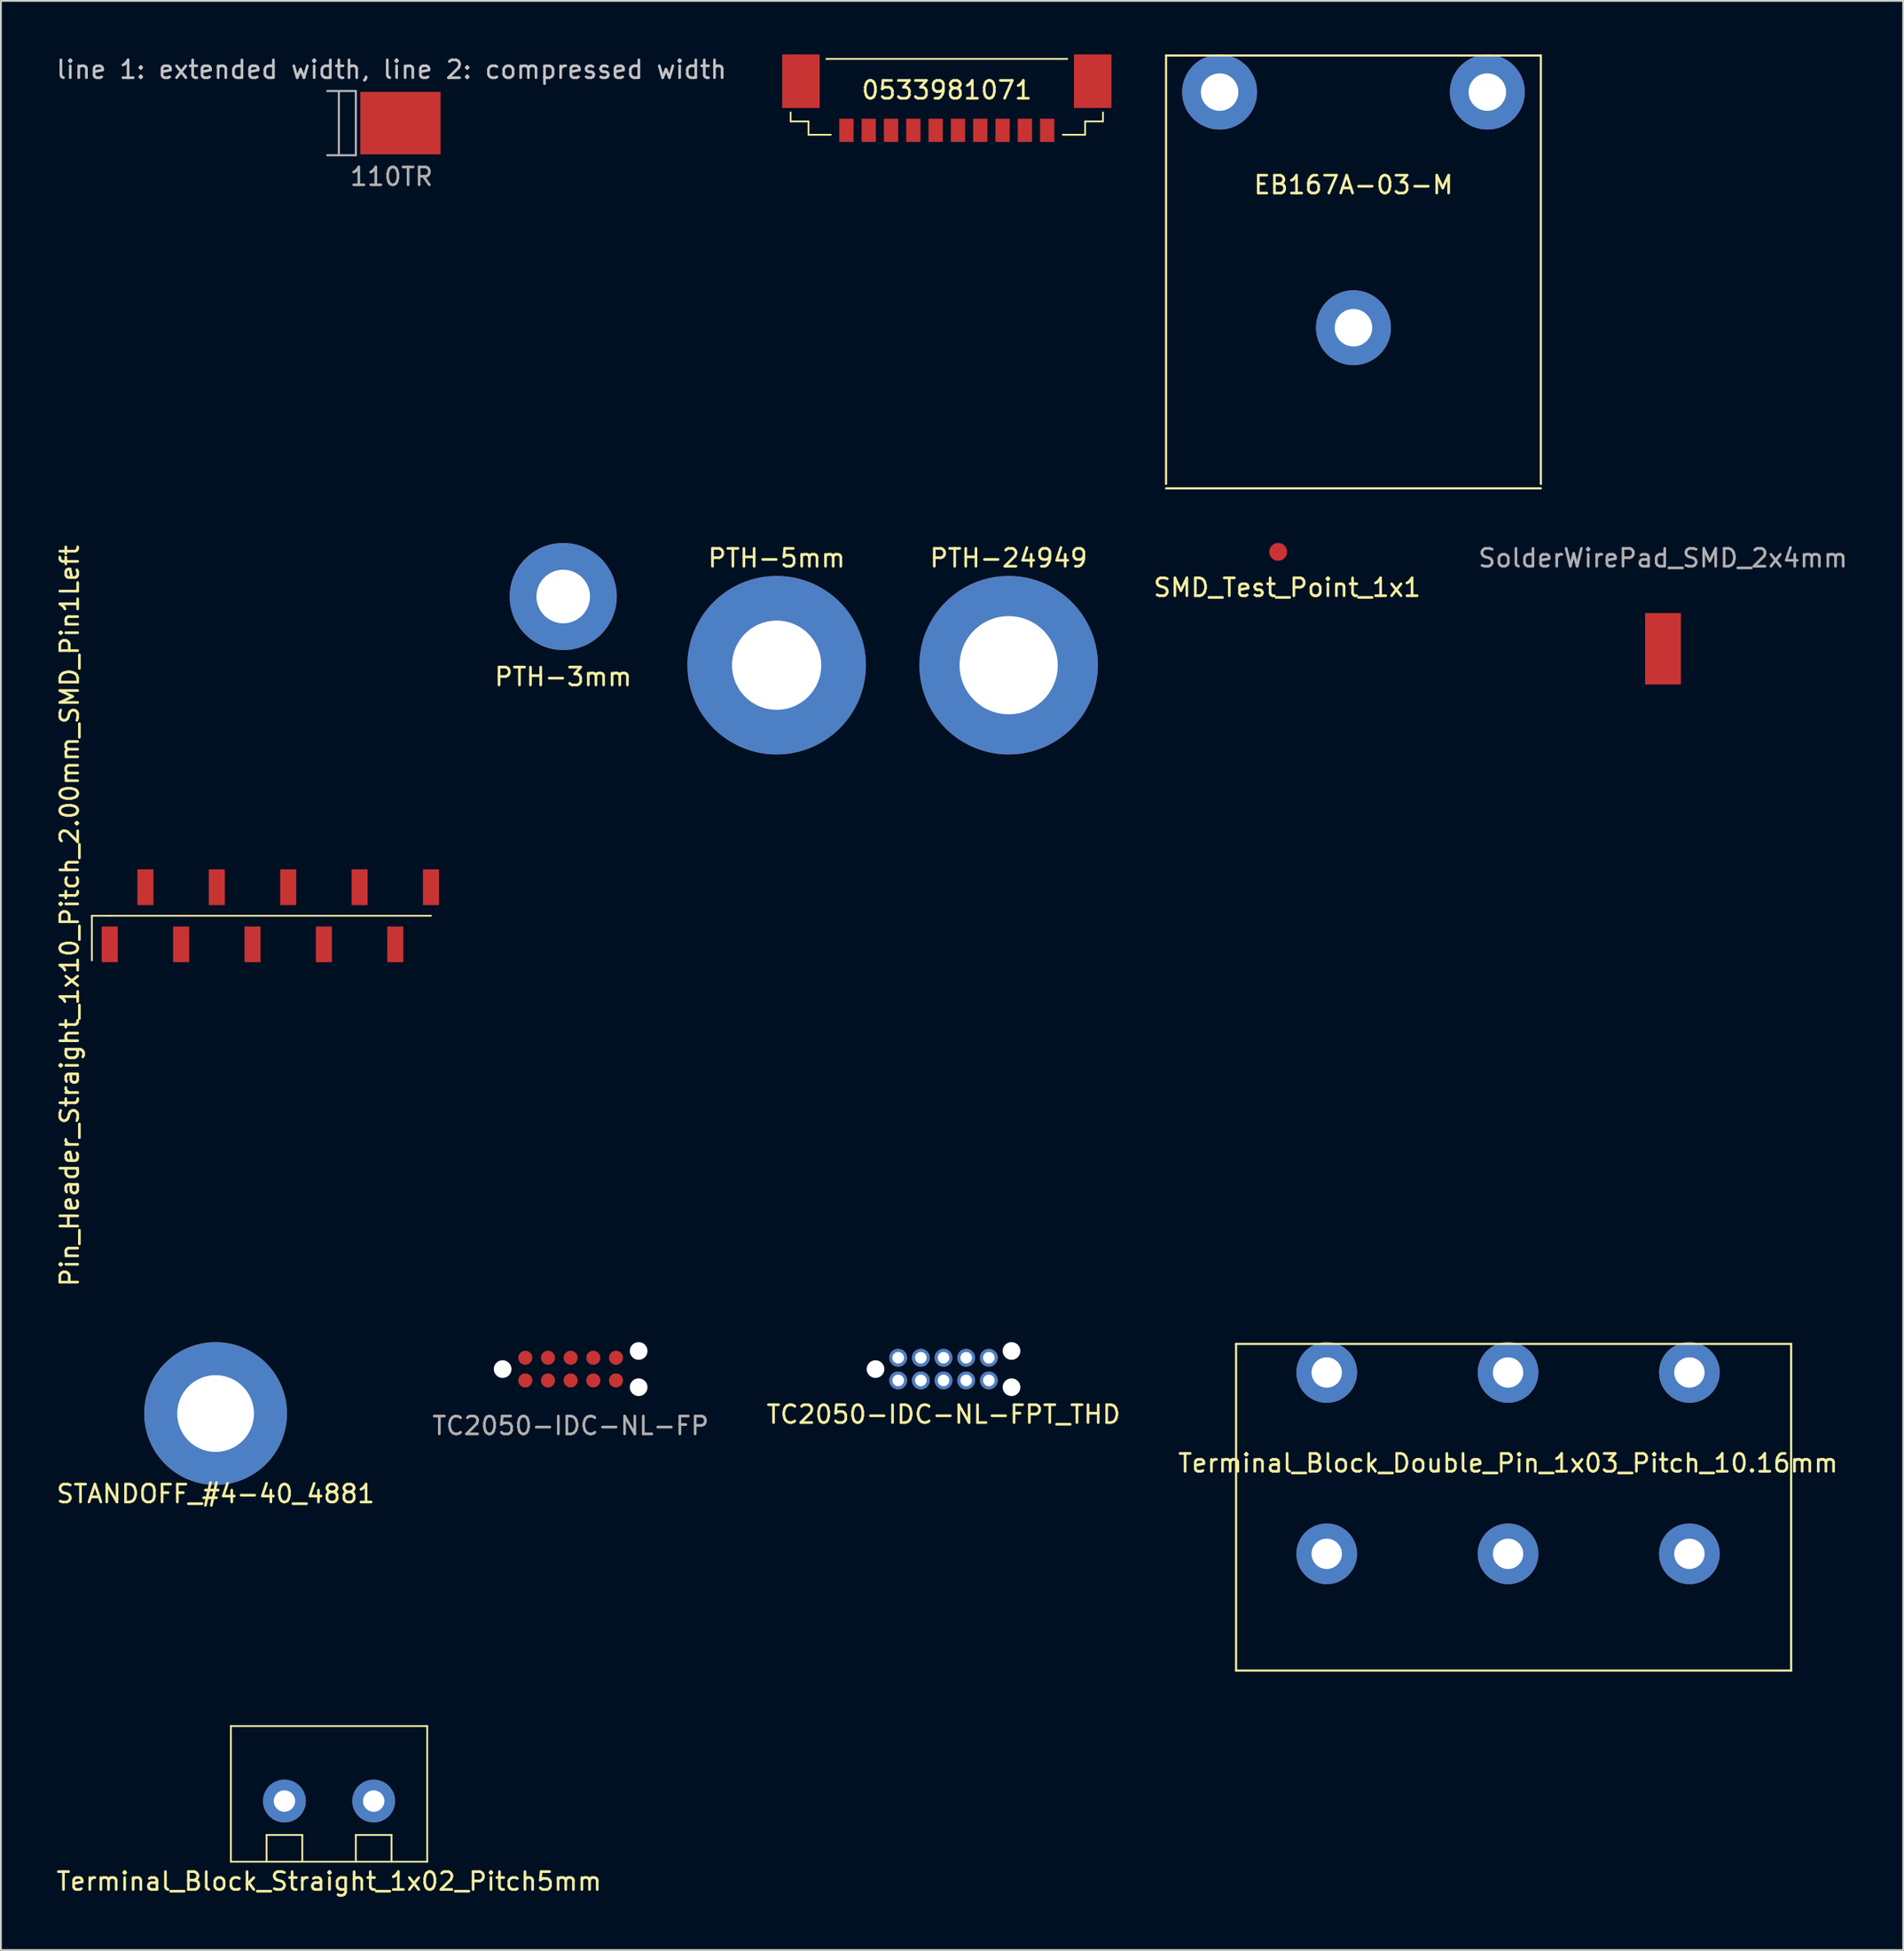
<source format=kicad_pcb>
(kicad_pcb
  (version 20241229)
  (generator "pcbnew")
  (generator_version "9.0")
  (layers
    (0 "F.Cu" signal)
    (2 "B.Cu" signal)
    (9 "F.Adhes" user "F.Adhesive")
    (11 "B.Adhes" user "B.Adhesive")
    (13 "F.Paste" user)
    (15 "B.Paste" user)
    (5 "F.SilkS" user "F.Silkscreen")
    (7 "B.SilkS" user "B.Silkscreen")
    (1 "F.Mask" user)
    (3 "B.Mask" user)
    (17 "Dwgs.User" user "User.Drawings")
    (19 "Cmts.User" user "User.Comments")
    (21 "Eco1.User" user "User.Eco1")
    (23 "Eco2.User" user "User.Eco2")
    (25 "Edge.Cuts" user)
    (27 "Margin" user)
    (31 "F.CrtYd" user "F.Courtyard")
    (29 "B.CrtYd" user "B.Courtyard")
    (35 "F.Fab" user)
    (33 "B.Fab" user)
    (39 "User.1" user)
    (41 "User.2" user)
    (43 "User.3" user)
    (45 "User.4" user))
  (footprint "110TR"
    (layer "F.Cu")
    (at 18.887 3.848)
    (property "Reference" "110TR" (at 0 3 0) (layer "F.Fab") (effects (font (size 1 1) (thickness 0.15))))
    (attr smd)
    (fp_line (start -3.6 1.8) (end -2 1.8) (stroke (width 0.12) (type solid)) (layer "F.Fab"))
    (fp_line (start -2.95 -1.8) (end -2.95 1.8) (stroke (width 0.12) (type solid)) (layer "F.Fab"))
    (fp_line (start -2 -1.8) (end -3.6 -1.8) (stroke (width 0.12) (type solid)) (layer "F.Fab"))
    (fp_line (start -2 1.8) (end -2 -1.8) (stroke (width 0.12) (type solid)) (layer "F.Fab"))
    (fp_text user "line 1: extended width, line 2: compressed width" (at 0 -3 0) (layer "Dwgs.User") (effects (font (size 1 1) (thickness 0.15))))
    (pad "1" smd rect (at 0.5 0) (size 4.5 3.5) (layers "F.Cu" "F.Mask" "F.Paste")))
  (footprint "Terminal_Block_Double_Pin_1x03_Pitch_10.16mm"
    (layer "F.Cu")
    (at 81.446 78.924)
    (property "Reference" "Terminal_Block_Double_Pin_1x03_Pitch_10.16mm" (at 0 0 0) (layer "F.SilkS") (effects (font (size 1 1) (thickness 0.15))))
    (attr through_hole)
    (fp_line (start -15.24 -6.68) (end -15.24 11.62) (stroke (width 0.12) (type solid)) (layer "F.SilkS"))
    (fp_line (start -15.24 -6.68) (end 15.86 -6.68) (stroke (width 0.12) (type solid)) (layer "F.SilkS"))
    (fp_line (start -15.24 11.62) (end 15.86 11.62) (stroke (width 0.12) (type solid)) (layer "F.SilkS"))
    (fp_line (start 15.86 11.62) (end 15.86 -6.68) (stroke (width 0.12) (type solid)) (layer "F.SilkS"))
    (pad "1" thru_hole circle (at -10.16 -5.08) (size 3.4 3.4) (drill 1.7) (layers "*.Cu" "*.Mask"))
    (pad "1" thru_hole circle (at -10.16 5.08) (size 3.4 3.4) (drill 1.7) (layers "*.Cu" "*.Mask"))
    (pad "2" thru_hole circle (at 0 -5.08) (size 3.4 3.4) (drill 1.7) (layers "*.Cu" "*.Mask"))
    (pad "2" thru_hole circle (at 0 5.08) (size 3.4 3.4) (drill 1.7) (layers "*.Cu" "*.Mask"))
    (pad "3" thru_hole circle (at 10.16 -5.08) (size 3.4 3.4) (drill 1.7) (layers "*.Cu" "*.Mask"))
    (pad "3" thru_hole circle (at 10.16 5.08) (size 3.4 3.4) (drill 1.7) (layers "*.Cu" "*.Mask")))
  (footprint "PTH-5mm"
    (layer "F.Cu")
    (at 40.465 34.218)
    (property "Reference" "PTH-5mm" (at 0 -6 0) (layer "F.SilkS") (effects (font (size 1 1) (thickness 0.15))))
    (attr through_hole)
    (pad "1" thru_hole circle (at 0 0) (size 10 10) (drill 5) (layers "*.Cu" "*.Mask")))
  (footprint "Terminal_Block_Straight_1x02_Pitch5mm"
    (layer "F.Cu")
    (at 12.887 97.854)
    (property "Reference" "Terminal_Block_Straight_1x02_Pitch5mm" (at 2.5 4.5 180) (layer "F.SilkS") (effects (font (size 1 1) (thickness 0.15))))
    (attr through_hole)
    (fp_line (start -3 -4.2) (end -3 3.4) (stroke (width 0.1) (type solid)) (layer "F.SilkS"))
    (fp_line (start -3 3.4) (end 8 3.4) (stroke (width 0.1) (type solid)) (layer "F.SilkS"))
    (fp_line (start -1 1.9) (end 1 1.9) (stroke (width 0.1) (type solid)) (layer "F.SilkS"))
    (fp_line (start -1 3.4) (end -1 1.9) (stroke (width 0.1) (type solid)) (layer "F.SilkS"))
    (fp_line (start 1 1.9) (end 1 3.4) (stroke (width 0.1) (type solid)) (layer "F.SilkS"))
    (fp_line (start 4 1.9) (end 6 1.9) (stroke (width 0.1) (type solid)) (layer "F.SilkS"))
    (fp_line (start 4 3.4) (end 4 1.9) (stroke (width 0.1) (type solid)) (layer "F.SilkS"))
    (fp_line (start 6 1.9) (end 6 3.4) (stroke (width 0.1) (type solid)) (layer "F.SilkS"))
    (fp_line (start 8 -4.2) (end -3 -4.2) (stroke (width 0.1) (type solid)) (layer "F.SilkS"))
    (fp_line (start 8 3.4) (end 8 -4.2) (stroke (width 0.1) (type solid)) (layer "F.SilkS"))
    (pad "1" thru_hole circle (at 0 0) (size 2.4 2.4) (drill 1.2) (layers "*.Cu" "*.Mask"))
    (pad "2" thru_hole circle (at 5 0 90) (size 2.4 2.4) (drill 1.2) (layers "*.Cu" "*.Mask")))
  (footprint "EB167A-03-M"
    (layer "F.Cu")
    (at 72.784 15.31)
    (property "Reference" "EB167A-03-M" (at 0 -8 0) (layer "F.SilkS") (effects (font (size 1 1) (thickness 0.15))))
    (attr through_hole)
    (fp_line (start -10.5 -15.25) (end -10.5 8.75) (stroke (width 0.12) (type solid)) (layer "F.SilkS"))
    (fp_line (start -10.5 -15.25) (end 10.5 -15.25) (stroke (width 0.12) (type solid)) (layer "F.SilkS"))
    (fp_line (start -10.5 9) (end 10.5 9) (stroke (width 0.12) (type solid)) (layer "F.SilkS"))
    (fp_line (start 10.5 8.75) (end 10.5 -15.25) (stroke (width 0.12) (type solid)) (layer "F.SilkS"))
    (pad "1" thru_hole circle (at -7.5 -13.2) (size 4.2 4.2) (drill 2.1) (layers "*.Cu" "*.Mask"))
    (pad "2" thru_hole circle (at 0 0) (size 4.2 4.2) (drill 2.1) (layers "*.Cu" "*.Mask"))
    (pad "3" thru_hole circle (at 7.5 -13.2) (size 4.2 4.2) (drill 2.1) (layers "*.Cu" "*.Mask")))
  (footprint "PTH-3mm"
    (layer "F.Cu")
    (at 28.507 30.37)
    (property "Reference" "PTH-3mm" (at 0 4.5 0) (layer "F.SilkS") (effects (font (size 1 1) (thickness 0.15))))
    (attr through_hole)
    (pad "1" thru_hole circle (at 0 0) (size 6 6) (drill 3) (layers "*.Cu" "*.Mask")))
  (footprint "SMD_Test_Point_1x1"
    (layer "F.Cu")
    (at 68.566 27.87)
    (property "Reference" "SMD_Test_Point_1x1" (at 0.5 2 0) (layer "F.SilkS") (effects (font (size 1 1) (thickness 0.15))))
    (attr through_hole)
    (pad "1" smd circle (at 0 0) (size 1 1) (layers "F.Cu" "F.Mask" "F.Paste")))
  (footprint "SolderWirePad_SMD_2x4mm"
    (layer "F.Cu")
    (at 90.126 33.298)
    (property "Reference" "SolderWirePad_SMD_2x4mm" (at 0 -5.08 0) (layer "F.Fab") (effects (font (size 1 1) (thickness 0.15))))
    (attr through_hole)
    (pad "1" smd rect (at 0 0) (size 2 4) (layers "F.Cu" "F.Mask" "F.Paste")))
  (footprint "TC2050-IDC-NL-FP"
    (layer "F.Cu")
    (at 28.923 73.654)
    (property "Reference" "TC2050-IDC-NL-FP" (at 0 3.175 0) (layer "F.Fab") (effects (font (size 1 1) (thickness 0.15))))
    (attr exclude_from_pos_files exclude_from_bom)
    (pad "" np_thru_hole circle (at -3.81 0) (size 0.991 0.991) (drill 0.991) (layers "*.Cu" "*.Mask"))
    (pad "" np_thru_hole circle (at 3.81 -1.015) (size 0.991 0.991) (drill 0.991) (layers "*.Cu" "*.Mask"))
    (pad "" np_thru_hole circle (at 3.81 1.015) (size 0.991 0.991) (drill 0.991) (layers "*.Cu" "*.Mask"))
    (pad "1" smd circle (at -2.54 0.635) (size 0.787 0.787) (layers "F.Cu" "F.Mask"))
    (pad "2" smd circle (at -2.54 -0.635) (size 0.787 0.787) (layers "F.Cu" "F.Mask"))
    (pad "3" smd circle (at -1.27 0.635) (size 0.787 0.787) (layers "F.Cu" "F.Mask"))
    (pad "4" smd circle (at -1.27 -0.635) (size 0.787 0.787) (layers "F.Cu" "F.Mask"))
    (pad "5" smd circle (at 0 0.635) (size 0.787 0.787) (layers "F.Cu" "F.Mask"))
    (pad "6" smd circle (at 0 -0.635) (size 0.787 0.787) (layers "F.Cu" "F.Mask"))
    (pad "7" smd circle (at 1.27 0.635) (size 0.787 0.787) (layers "F.Cu" "F.Mask"))
    (pad "8" smd circle (at 1.27 -0.635) (size 0.787 0.787) (layers "F.Cu" "F.Mask"))
    (pad "9" smd circle (at 2.54 0.635) (size 0.787 0.787) (layers "F.Cu" "F.Mask"))
    (pad "10" smd circle (at 2.54 -0.635) (size 0.787 0.787) (layers "F.Cu" "F.Mask")))
  (footprint "0533981071"
    (layer "F.Cu")
    (at 49.999 3)
    (property "Reference" "0533981071" (at 0 -1 0) (layer "F.SilkS") (effects (font (size 1 1) (thickness 0.15))))
    (attr smd)
    (fp_line (start -8.75 0.75) (end -8.75 0.25) (stroke (width 0.1) (type solid)) (layer "F.SilkS"))
    (fp_line (start -8.75 0.75) (end -7.75 0.75) (stroke (width 0.1) (type solid)) (layer "F.SilkS"))
    (fp_line (start -7.75 0.75) (end -7.75 1.5) (stroke (width 0.1) (type solid)) (layer "F.SilkS"))
    (fp_line (start -7.75 1.5) (end -6.5 1.5) (stroke (width 0.1) (type solid)) (layer "F.SilkS"))
    (fp_line (start -6.75 -2.75) (end 6.75 -2.75) (stroke (width 0.1) (type solid)) (layer "F.SilkS"))
    (fp_line (start 7.75 0.75) (end 8.75 0.75) (stroke (width 0.1) (type solid)) (layer "F.SilkS"))
    (fp_line (start 7.75 1.5) (end 6.5 1.5) (stroke (width 0.1) (type solid)) (layer "F.SilkS"))
    (fp_line (start 7.75 1.5) (end 7.75 0.75) (stroke (width 0.1) (type solid)) (layer "F.SilkS"))
    (fp_line (start 8.75 0.25) (end 8.75 0.75) (stroke (width 0.1) (type solid)) (layer "F.SilkS"))
    (pad "1" smd rect (at 5.625 1.25) (size 0.8 1.3) (layers "F.Cu" "F.Mask" "F.Paste"))
    (pad "2" smd rect (at 4.375 1.25) (size 0.8 1.3) (layers "F.Cu" "F.Mask" "F.Paste"))
    (pad "3" smd rect (at 3.125 1.25) (size 0.8 1.3) (layers "F.Cu" "F.Mask" "F.Paste"))
    (pad "4" smd rect (at 1.875 1.25) (size 0.8 1.3) (layers "F.Cu" "F.Mask" "F.Paste"))
    (pad "5" smd rect (at 0.625 1.25) (size 0.8 1.3) (layers "F.Cu" "F.Mask" "F.Paste"))
    (pad "6" smd rect (at -0.625 1.25) (size 0.8 1.3) (layers "F.Cu" "F.Mask" "F.Paste"))
    (pad "7" smd rect (at -1.875 1.25) (size 0.8 1.3) (layers "F.Cu" "F.Mask" "F.Paste"))
    (pad "8" smd rect (at -3.125 1.25) (size 0.8 1.3) (layers "F.Cu" "F.Mask" "F.Paste"))
    (pad "9" smd rect (at -4.375 1.25) (size 0.8 1.3) (layers "F.Cu" "F.Mask" "F.Paste"))
    (pad "10" smd rect (at -5.625 1.25) (size 0.8 1.3) (layers "F.Cu" "F.Mask" "F.Paste"))
    (pad "11" smd rect (at -8.175 -1.5) (size 2.1 3) (layers "F.Cu" "F.Mask" "F.Paste"))
    (pad "11" smd rect (at 8.175 -1.5) (size 2.1 3) (layers "F.Cu" "F.Mask" "F.Paste")))
  (footprint "TC2050-IDC-NL-FPT_THD"
    (layer "F.Cu")
    (at 49.815 73.654)
    (property "Reference" "TC2050-IDC-NL-FPT_THD" (at 0 2.54 0) (layer "F.SilkS") (effects (font (size 1 1) (thickness 0.15))))
    (attr exclude_from_pos_files exclude_from_bom)
    (pad "" np_thru_hole circle (at -3.81 0) (size 0.991 0.991) (drill 0.991) (layers "*.Cu" "*.Mask"))
    (pad "" np_thru_hole circle (at 3.81 -1.015) (size 0.991 0.991) (drill 0.991) (layers "*.Cu" "*.Mask"))
    (pad "" np_thru_hole circle (at 3.81 1.015) (size 0.991 0.991) (drill 0.991) (layers "*.Cu" "*.Mask"))
    (pad "1" thru_hole circle (at -2.54 0.635) (size 1 1) (drill 0.65) (layers "*.Cu" "*.Mask"))
    (pad "2" thru_hole circle (at -2.54 -0.635) (size 1 1) (drill 0.65) (layers "*.Cu" "*.Mask"))
    (pad "3" thru_hole circle (at -1.27 0.635) (size 1 1) (drill 0.65) (layers "*.Cu" "*.Mask"))
    (pad "4" thru_hole circle (at -1.27 -0.635) (size 1 1) (drill 0.65) (layers "*.Cu" "*.Mask"))
    (pad "5" thru_hole circle (at 0 0.635) (size 1 1) (drill 0.65) (layers "*.Cu" "*.Mask"))
    (pad "6" thru_hole circle (at 0 -0.635) (size 1 1) (drill 0.65) (layers "*.Cu" "*.Mask"))
    (pad "7" thru_hole circle (at 1.27 0.635) (size 1 1) (drill 0.65) (layers "*.Cu" "*.Mask"))
    (pad "8" thru_hole circle (at 1.27 -0.635) (size 1 1) (drill 0.65) (layers "*.Cu" "*.Mask"))
    (pad "9" thru_hole circle (at 2.54 0.635) (size 1 1) (drill 0.65) (layers "*.Cu" "*.Mask"))
    (pad "10" thru_hole circle (at 2.54 -0.635) (size 1 1) (drill 0.65) (layers "*.Cu" "*.Mask")))
  (footprint "PTH-24949"
    (layer "F.Cu")
    (at 53.465 34.218)
    (property "Reference" "PTH-24949" (at 0 -6 0) (layer "F.SilkS") (effects (font (size 1 1) (thickness 0.15))))
    (attr through_hole)
    (pad "1" thru_hole circle (at 0 0) (size 10 10) (drill 5.5) (layers "*.Cu" "*.Mask")))
  (footprint "Pin_Header_Straight_1x10_Pitch_2.00mm_SMD_Pin1Left"
    (layer "F.Cu")
    (at 12.098 48.257)
    (property "Reference" "Pin_Header_Straight_1x10_Pitch_2.00mm_SMD_Pin1Left" (at -11.25 0 270) (layer "F.SilkS") (effects (font (size 1 1) (thickness 0.15))))
    (attr smd)
    (fp_line (start -10 0) (end -9 0) (stroke (width 0.1) (type solid)) (layer "F.SilkS"))
    (fp_line (start -10 2.5) (end -10 0) (stroke (width 0.1) (type solid)) (layer "F.SilkS"))
    (fp_line (start -9 0) (end 9 0) (stroke (width 0.1) (type solid)) (layer "F.SilkS"))
    (pad "1" smd rect (at -9 1.6) (size 0.9 2) (layers "F.Cu" "F.Mask" "F.Paste"))
    (pad "2" smd rect (at -7 -1.6) (size 0.9 2) (layers "F.Cu" "F.Mask" "F.Paste"))
    (pad "3" smd rect (at -5 1.6) (size 0.9 2) (layers "F.Cu" "F.Mask" "F.Paste"))
    (pad "4" smd rect (at -3 -1.6) (size 0.9 2) (layers "F.Cu" "F.Mask" "F.Paste"))
    (pad "5" smd rect (at -1 1.6) (size 0.9 2) (layers "F.Cu" "F.Mask" "F.Paste"))
    (pad "6" smd rect (at 1 -1.6) (size 0.9 2) (layers "F.Cu" "F.Mask" "F.Paste"))
    (pad "7" smd rect (at 3 1.6) (size 0.9 2) (layers "F.Cu" "F.Mask" "F.Paste"))
    (pad "8" smd rect (at 5 -1.6) (size 0.9 2) (layers "F.Cu" "F.Mask" "F.Paste"))
    (pad "9" smd rect (at 7 1.6) (size 0.9 2) (layers "F.Cu" "F.Mask" "F.Paste"))
    (pad "10" smd rect (at 9 -1.6) (size 0.9 2) (layers "F.Cu" "F.Mask" "F.Paste")))
  (footprint "STANDOFF_#4-40_4881"
    (layer "F.Cu")
    (at 9.03 76.144)
    (property "Reference" "STANDOFF_#4-40_4881" (at 0 4.5 0) (layer "F.SilkS") (effects (font (size 1 1) (thickness 0.15))))
    (attr through_hole)
    (pad "1" thru_hole circle (at 0 0) (size 8 8) (drill 4.3) (layers "*.Cu" "*.Mask")))
  (gr_rect
    (start -3 -3)
    (end 103.584 106.202)
    (stroke (width 0.1) (type default))
    (fill no)
    (layer "Edge.Cuts")))
</source>
